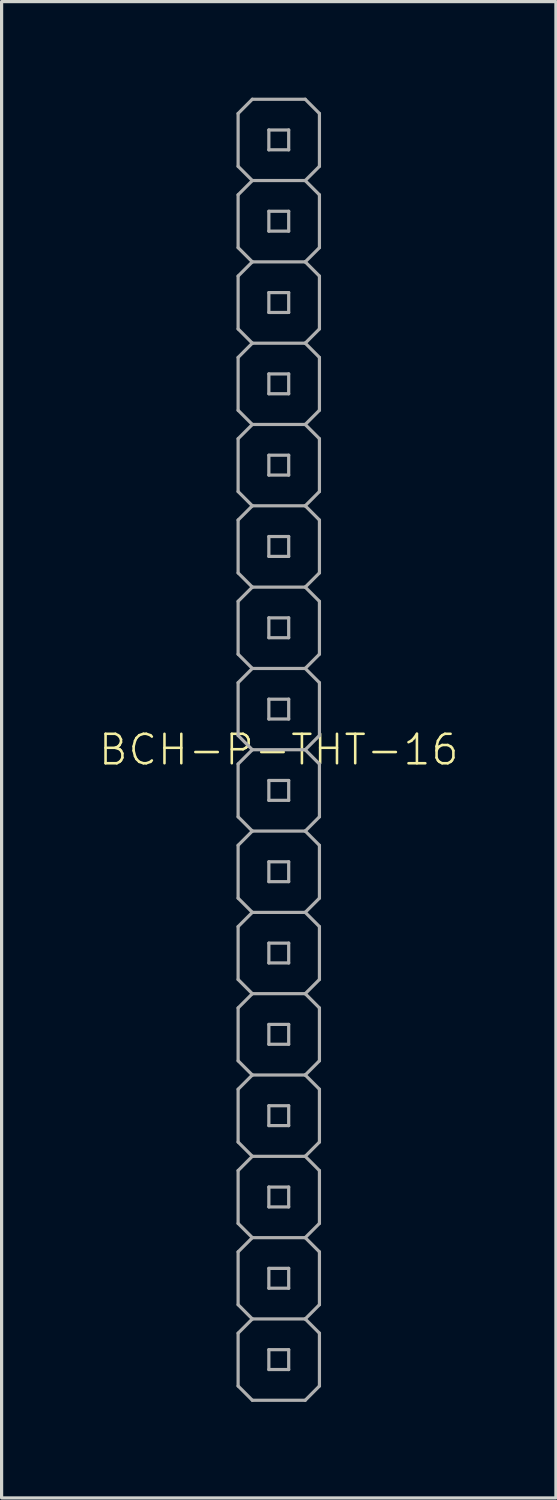
<source format=kicad_pcb>
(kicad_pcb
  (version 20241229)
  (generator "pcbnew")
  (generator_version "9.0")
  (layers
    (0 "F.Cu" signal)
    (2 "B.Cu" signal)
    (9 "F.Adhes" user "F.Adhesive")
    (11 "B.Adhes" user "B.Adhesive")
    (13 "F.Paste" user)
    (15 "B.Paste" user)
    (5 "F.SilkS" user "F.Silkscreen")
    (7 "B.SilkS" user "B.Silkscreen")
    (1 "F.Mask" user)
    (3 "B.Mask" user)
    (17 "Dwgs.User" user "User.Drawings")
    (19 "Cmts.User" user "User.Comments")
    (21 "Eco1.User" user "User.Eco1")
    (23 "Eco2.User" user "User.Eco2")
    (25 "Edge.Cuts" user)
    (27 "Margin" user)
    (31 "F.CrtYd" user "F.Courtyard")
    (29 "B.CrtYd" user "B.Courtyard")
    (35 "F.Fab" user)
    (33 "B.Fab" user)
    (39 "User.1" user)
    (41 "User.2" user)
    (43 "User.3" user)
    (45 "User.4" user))
  (footprint "BCH-P-THT-16"
    (layer "F.Cu")
    (at 5.658 20.37)
    (property "Reference" "BCH-P-THT-16" (at 0 0 0) (unlocked yes) (layer "F.SilkS") (effects (font (size 0.92 0.92) (thickness 0.08))))
    (fp_line (start -1.27 -19.875) (end -1.27 -18.224) (stroke (width 0.1) (type solid)) (layer "F.Fab"))
    (fp_line (start -1.27 -18.224) (end -0.826 -17.78) (stroke (width 0.1) (type solid)) (layer "F.Fab"))
    (fp_line (start -1.27 -17.335) (end -1.27 -15.684) (stroke (width 0.1) (type solid)) (layer "F.Fab"))
    (fp_line (start -1.27 -15.684) (end -0.826 -15.24) (stroke (width 0.1) (type solid)) (layer "F.Fab"))
    (fp_line (start -1.27 -14.796) (end -1.27 -13.145) (stroke (width 0.1) (type solid)) (layer "F.Fab"))
    (fp_line (start -1.27 -13.145) (end -0.826 -12.7) (stroke (width 0.1) (type solid)) (layer "F.Fab"))
    (fp_line (start -1.27 -12.255) (end -1.27 -10.604) (stroke (width 0.1) (type solid)) (layer "F.Fab"))
    (fp_line (start -1.27 -10.604) (end -0.826 -10.16) (stroke (width 0.1) (type solid)) (layer "F.Fab"))
    (fp_line (start -1.27 -9.716) (end -1.27 -8.065) (stroke (width 0.1) (type solid)) (layer "F.Fab"))
    (fp_line (start -1.27 -8.065) (end -0.826 -7.62) (stroke (width 0.1) (type solid)) (layer "F.Fab"))
    (fp_line (start -1.27 -7.176) (end -1.27 -5.524) (stroke (width 0.1) (type solid)) (layer "F.Fab"))
    (fp_line (start -1.27 -5.524) (end -0.826 -5.08) (stroke (width 0.1) (type solid)) (layer "F.Fab"))
    (fp_line (start -1.27 -4.636) (end -1.27 -2.985) (stroke (width 0.1) (type solid)) (layer "F.Fab"))
    (fp_line (start -1.27 -2.985) (end -0.826 -2.54) (stroke (width 0.1) (type solid)) (layer "F.Fab"))
    (fp_line (start -1.27 -2.095) (end -1.27 -0.445) (stroke (width 0.1) (type solid)) (layer "F.Fab"))
    (fp_line (start -1.27 -0.445) (end -0.826 0) (stroke (width 0.1) (type solid)) (layer "F.Fab"))
    (fp_line (start -1.27 0.445) (end -1.27 2.095) (stroke (width 0.1) (type solid)) (layer "F.Fab"))
    (fp_line (start -1.27 2.095) (end -0.826 2.54) (stroke (width 0.1) (type solid)) (layer "F.Fab"))
    (fp_line (start -1.27 2.985) (end -1.27 4.636) (stroke (width 0.1) (type solid)) (layer "F.Fab"))
    (fp_line (start -1.27 4.636) (end -0.826 5.08) (stroke (width 0.1) (type solid)) (layer "F.Fab"))
    (fp_line (start -1.27 5.524) (end -1.27 7.176) (stroke (width 0.1) (type solid)) (layer "F.Fab"))
    (fp_line (start -1.27 7.176) (end -0.826 7.62) (stroke (width 0.1) (type solid)) (layer "F.Fab"))
    (fp_line (start -1.27 8.065) (end -1.27 9.716) (stroke (width 0.1) (type solid)) (layer "F.Fab"))
    (fp_line (start -1.27 9.716) (end -0.826 10.16) (stroke (width 0.1) (type solid)) (layer "F.Fab"))
    (fp_line (start -1.27 10.604) (end -1.27 12.255) (stroke (width 0.1) (type solid)) (layer "F.Fab"))
    (fp_line (start -1.27 12.255) (end -0.826 12.7) (stroke (width 0.1) (type solid)) (layer "F.Fab"))
    (fp_line (start -1.27 13.145) (end -1.27 14.796) (stroke (width 0.1) (type solid)) (layer "F.Fab"))
    (fp_line (start -1.27 14.796) (end -0.826 15.24) (stroke (width 0.1) (type solid)) (layer "F.Fab"))
    (fp_line (start -1.27 15.684) (end -1.27 17.335) (stroke (width 0.1) (type solid)) (layer "F.Fab"))
    (fp_line (start -1.27 17.335) (end -0.826 17.78) (stroke (width 0.1) (type solid)) (layer "F.Fab"))
    (fp_line (start -1.27 18.224) (end -1.27 19.875) (stroke (width 0.1) (type solid)) (layer "F.Fab"))
    (fp_line (start -1.27 19.875) (end -0.826 20.32) (stroke (width 0.1) (type solid)) (layer "F.Fab"))
    (fp_line (start -0.826 -20.32) (end -1.27 -19.875) (stroke (width 0.1) (type solid)) (layer "F.Fab"))
    (fp_line (start -0.826 -20.32) (end 0.826 -20.32) (stroke (width 0.1) (type solid)) (layer "F.Fab"))
    (fp_line (start -0.826 -17.78) (end -1.27 -17.335) (stroke (width 0.1) (type solid)) (layer "F.Fab"))
    (fp_line (start -0.826 -15.24) (end -1.27 -14.796) (stroke (width 0.1) (type solid)) (layer "F.Fab"))
    (fp_line (start -0.826 -12.7) (end -1.27 -12.255) (stroke (width 0.1) (type solid)) (layer "F.Fab"))
    (fp_line (start -0.826 -10.16) (end -1.27 -9.716) (stroke (width 0.1) (type solid)) (layer "F.Fab"))
    (fp_line (start -0.826 -7.62) (end -1.27 -7.176) (stroke (width 0.1) (type solid)) (layer "F.Fab"))
    (fp_line (start -0.826 -5.08) (end -1.27 -4.636) (stroke (width 0.1) (type solid)) (layer "F.Fab"))
    (fp_line (start -0.826 -2.54) (end -1.27 -2.095) (stroke (width 0.1) (type solid)) (layer "F.Fab"))
    (fp_line (start -0.826 0) (end -1.27 0.445) (stroke (width 0.1) (type solid)) (layer "F.Fab"))
    (fp_line (start -0.826 2.54) (end -1.27 2.985) (stroke (width 0.1) (type solid)) (layer "F.Fab"))
    (fp_line (start -0.826 5.08) (end -1.27 5.524) (stroke (width 0.1) (type solid)) (layer "F.Fab"))
    (fp_line (start -0.826 7.62) (end -1.27 8.065) (stroke (width 0.1) (type solid)) (layer "F.Fab"))
    (fp_line (start -0.826 10.16) (end -1.27 10.604) (stroke (width 0.1) (type solid)) (layer "F.Fab"))
    (fp_line (start -0.826 12.7) (end -1.27 13.145) (stroke (width 0.1) (type solid)) (layer "F.Fab"))
    (fp_line (start -0.826 15.24) (end -1.27 15.684) (stroke (width 0.1) (type solid)) (layer "F.Fab"))
    (fp_line (start -0.826 17.78) (end -1.27 18.224) (stroke (width 0.1) (type solid)) (layer "F.Fab"))
    (fp_line (start -0.31 -19.36) (end -0.31 -18.74) (stroke (width 0.1) (type solid)) (layer "F.Fab"))
    (fp_line (start -0.31 -18.74) (end 0.31 -18.74) (stroke (width 0.1) (type solid)) (layer "F.Fab"))
    (fp_line (start -0.31 -16.82) (end -0.31 -16.2) (stroke (width 0.1) (type solid)) (layer "F.Fab"))
    (fp_line (start -0.31 -16.2) (end 0.31 -16.2) (stroke (width 0.1) (type solid)) (layer "F.Fab"))
    (fp_line (start -0.31 -14.28) (end -0.31 -13.66) (stroke (width 0.1) (type solid)) (layer "F.Fab"))
    (fp_line (start -0.31 -13.66) (end 0.31 -13.66) (stroke (width 0.1) (type solid)) (layer "F.Fab"))
    (fp_line (start -0.31 -11.74) (end -0.31 -11.12) (stroke (width 0.1) (type solid)) (layer "F.Fab"))
    (fp_line (start -0.31 -11.12) (end 0.31 -11.12) (stroke (width 0.1) (type solid)) (layer "F.Fab"))
    (fp_line (start -0.31 -9.2) (end -0.31 -8.58) (stroke (width 0.1) (type solid)) (layer "F.Fab"))
    (fp_line (start -0.31 -8.58) (end 0.31 -8.58) (stroke (width 0.1) (type solid)) (layer "F.Fab"))
    (fp_line (start -0.31 -6.66) (end -0.31 -6.04) (stroke (width 0.1) (type solid)) (layer "F.Fab"))
    (fp_line (start -0.31 -6.04) (end 0.31 -6.04) (stroke (width 0.1) (type solid)) (layer "F.Fab"))
    (fp_line (start -0.31 -4.12) (end -0.31 -3.5) (stroke (width 0.1) (type solid)) (layer "F.Fab"))
    (fp_line (start -0.31 -3.5) (end 0.31 -3.5) (stroke (width 0.1) (type solid)) (layer "F.Fab"))
    (fp_line (start -0.31 -1.58) (end -0.31 -0.96) (stroke (width 0.1) (type solid)) (layer "F.Fab"))
    (fp_line (start -0.31 -0.96) (end 0.31 -0.96) (stroke (width 0.1) (type solid)) (layer "F.Fab"))
    (fp_line (start -0.31 0.96) (end -0.31 1.58) (stroke (width 0.1) (type solid)) (layer "F.Fab"))
    (fp_line (start -0.31 1.58) (end 0.31 1.58) (stroke (width 0.1) (type solid)) (layer "F.Fab"))
    (fp_line (start -0.31 3.5) (end -0.31 4.12) (stroke (width 0.1) (type solid)) (layer "F.Fab"))
    (fp_line (start -0.31 4.12) (end 0.31 4.12) (stroke (width 0.1) (type solid)) (layer "F.Fab"))
    (fp_line (start -0.31 6.04) (end -0.31 6.66) (stroke (width 0.1) (type solid)) (layer "F.Fab"))
    (fp_line (start -0.31 6.66) (end 0.31 6.66) (stroke (width 0.1) (type solid)) (layer "F.Fab"))
    (fp_line (start -0.31 8.58) (end -0.31 9.2) (stroke (width 0.1) (type solid)) (layer "F.Fab"))
    (fp_line (start -0.31 9.2) (end 0.31 9.2) (stroke (width 0.1) (type solid)) (layer "F.Fab"))
    (fp_line (start -0.31 11.12) (end -0.31 11.74) (stroke (width 0.1) (type solid)) (layer "F.Fab"))
    (fp_line (start -0.31 11.74) (end 0.31 11.74) (stroke (width 0.1) (type solid)) (layer "F.Fab"))
    (fp_line (start -0.31 13.66) (end -0.31 14.28) (stroke (width 0.1) (type solid)) (layer "F.Fab"))
    (fp_line (start -0.31 14.28) (end 0.31 14.28) (stroke (width 0.1) (type solid)) (layer "F.Fab"))
    (fp_line (start -0.31 16.2) (end -0.31 16.82) (stroke (width 0.1) (type solid)) (layer "F.Fab"))
    (fp_line (start -0.31 16.82) (end 0.31 16.82) (stroke (width 0.1) (type solid)) (layer "F.Fab"))
    (fp_line (start -0.31 18.74) (end -0.31 19.36) (stroke (width 0.1) (type solid)) (layer "F.Fab"))
    (fp_line (start -0.31 19.36) (end 0.31 19.36) (stroke (width 0.1) (type solid)) (layer "F.Fab"))
    (fp_line (start 0.31 -19.36) (end -0.31 -19.36) (stroke (width 0.1) (type solid)) (layer "F.Fab"))
    (fp_line (start 0.31 -18.74) (end 0.31 -19.36) (stroke (width 0.1) (type solid)) (layer "F.Fab"))
    (fp_line (start 0.31 -16.82) (end -0.31 -16.82) (stroke (width 0.1) (type solid)) (layer "F.Fab"))
    (fp_line (start 0.31 -16.2) (end 0.31 -16.82) (stroke (width 0.1) (type solid)) (layer "F.Fab"))
    (fp_line (start 0.31 -14.28) (end -0.31 -14.28) (stroke (width 0.1) (type solid)) (layer "F.Fab"))
    (fp_line (start 0.31 -13.66) (end 0.31 -14.28) (stroke (width 0.1) (type solid)) (layer "F.Fab"))
    (fp_line (start 0.31 -11.74) (end -0.31 -11.74) (stroke (width 0.1) (type solid)) (layer "F.Fab"))
    (fp_line (start 0.31 -11.12) (end 0.31 -11.74) (stroke (width 0.1) (type solid)) (layer "F.Fab"))
    (fp_line (start 0.31 -9.2) (end -0.31 -9.2) (stroke (width 0.1) (type solid)) (layer "F.Fab"))
    (fp_line (start 0.31 -8.58) (end 0.31 -9.2) (stroke (width 0.1) (type solid)) (layer "F.Fab"))
    (fp_line (start 0.31 -6.66) (end -0.31 -6.66) (stroke (width 0.1) (type solid)) (layer "F.Fab"))
    (fp_line (start 0.31 -6.04) (end 0.31 -6.66) (stroke (width 0.1) (type solid)) (layer "F.Fab"))
    (fp_line (start 0.31 -4.12) (end -0.31 -4.12) (stroke (width 0.1) (type solid)) (layer "F.Fab"))
    (fp_line (start 0.31 -3.5) (end 0.31 -4.12) (stroke (width 0.1) (type solid)) (layer "F.Fab"))
    (fp_line (start 0.31 -1.58) (end -0.31 -1.58) (stroke (width 0.1) (type solid)) (layer "F.Fab"))
    (fp_line (start 0.31 -0.96) (end 0.31 -1.58) (stroke (width 0.1) (type solid)) (layer "F.Fab"))
    (fp_line (start 0.31 0.96) (end -0.31 0.96) (stroke (width 0.1) (type solid)) (layer "F.Fab"))
    (fp_line (start 0.31 1.58) (end 0.31 0.96) (stroke (width 0.1) (type solid)) (layer "F.Fab"))
    (fp_line (start 0.31 3.5) (end -0.31 3.5) (stroke (width 0.1) (type solid)) (layer "F.Fab"))
    (fp_line (start 0.31 4.12) (end 0.31 3.5) (stroke (width 0.1) (type solid)) (layer "F.Fab"))
    (fp_line (start 0.31 6.04) (end -0.31 6.04) (stroke (width 0.1) (type solid)) (layer "F.Fab"))
    (fp_line (start 0.31 6.66) (end 0.31 6.04) (stroke (width 0.1) (type solid)) (layer "F.Fab"))
    (fp_line (start 0.31 8.58) (end -0.31 8.58) (stroke (width 0.1) (type solid)) (layer "F.Fab"))
    (fp_line (start 0.31 9.2) (end 0.31 8.58) (stroke (width 0.1) (type solid)) (layer "F.Fab"))
    (fp_line (start 0.31 11.12) (end -0.31 11.12) (stroke (width 0.1) (type solid)) (layer "F.Fab"))
    (fp_line (start 0.31 11.74) (end 0.31 11.12) (stroke (width 0.1) (type solid)) (layer "F.Fab"))
    (fp_line (start 0.31 13.66) (end -0.31 13.66) (stroke (width 0.1) (type solid)) (layer "F.Fab"))
    (fp_line (start 0.31 14.28) (end 0.31 13.66) (stroke (width 0.1) (type solid)) (layer "F.Fab"))
    (fp_line (start 0.31 16.2) (end -0.31 16.2) (stroke (width 0.1) (type solid)) (layer "F.Fab"))
    (fp_line (start 0.31 16.82) (end 0.31 16.2) (stroke (width 0.1) (type solid)) (layer "F.Fab"))
    (fp_line (start 0.31 18.74) (end -0.31 18.74) (stroke (width 0.1) (type solid)) (layer "F.Fab"))
    (fp_line (start 0.31 19.36) (end 0.31 18.74) (stroke (width 0.1) (type solid)) (layer "F.Fab"))
    (fp_line (start 0.826 -17.78) (end -0.826 -17.78) (stroke (width 0.1) (type solid)) (layer "F.Fab"))
    (fp_line (start 0.826 -17.78) (end 1.27 -18.224) (stroke (width 0.1) (type solid)) (layer "F.Fab"))
    (fp_line (start 0.826 -15.24) (end -0.826 -15.24) (stroke (width 0.1) (type solid)) (layer "F.Fab"))
    (fp_line (start 0.826 -15.24) (end 1.27 -15.684) (stroke (width 0.1) (type solid)) (layer "F.Fab"))
    (fp_line (start 0.826 -12.7) (end -0.826 -12.7) (stroke (width 0.1) (type solid)) (layer "F.Fab"))
    (fp_line (start 0.826 -12.7) (end 1.27 -13.145) (stroke (width 0.1) (type solid)) (layer "F.Fab"))
    (fp_line (start 0.826 -10.16) (end -0.826 -10.16) (stroke (width 0.1) (type solid)) (layer "F.Fab"))
    (fp_line (start 0.826 -10.16) (end 1.27 -10.604) (stroke (width 0.1) (type solid)) (layer "F.Fab"))
    (fp_line (start 0.826 -7.62) (end -0.826 -7.62) (stroke (width 0.1) (type solid)) (layer "F.Fab"))
    (fp_line (start 0.826 -7.62) (end 1.27 -8.065) (stroke (width 0.1) (type solid)) (layer "F.Fab"))
    (fp_line (start 0.826 -5.08) (end -0.826 -5.08) (stroke (width 0.1) (type solid)) (layer "F.Fab"))
    (fp_line (start 0.826 -5.08) (end 1.27 -5.524) (stroke (width 0.1) (type solid)) (layer "F.Fab"))
    (fp_line (start 0.826 -2.54) (end -0.826 -2.54) (stroke (width 0.1) (type solid)) (layer "F.Fab"))
    (fp_line (start 0.826 -2.54) (end 1.27 -2.985) (stroke (width 0.1) (type solid)) (layer "F.Fab"))
    (fp_line (start 0.826 0) (end -0.826 0) (stroke (width 0.1) (type solid)) (layer "F.Fab"))
    (fp_line (start 0.826 0) (end 1.27 -0.445) (stroke (width 0.1) (type solid)) (layer "F.Fab"))
    (fp_line (start 0.826 2.54) (end -0.826 2.54) (stroke (width 0.1) (type solid)) (layer "F.Fab"))
    (fp_line (start 0.826 2.54) (end 1.27 2.095) (stroke (width 0.1) (type solid)) (layer "F.Fab"))
    (fp_line (start 0.826 5.08) (end -0.826 5.08) (stroke (width 0.1) (type solid)) (layer "F.Fab"))
    (fp_line (start 0.826 5.08) (end 1.27 4.636) (stroke (width 0.1) (type solid)) (layer "F.Fab"))
    (fp_line (start 0.826 7.62) (end -0.826 7.62) (stroke (width 0.1) (type solid)) (layer "F.Fab"))
    (fp_line (start 0.826 7.62) (end 1.27 7.176) (stroke (width 0.1) (type solid)) (layer "F.Fab"))
    (fp_line (start 0.826 10.16) (end -0.826 10.16) (stroke (width 0.1) (type solid)) (layer "F.Fab"))
    (fp_line (start 0.826 10.16) (end 1.27 9.716) (stroke (width 0.1) (type solid)) (layer "F.Fab"))
    (fp_line (start 0.826 12.7) (end -0.826 12.7) (stroke (width 0.1) (type solid)) (layer "F.Fab"))
    (fp_line (start 0.826 12.7) (end 1.27 12.255) (stroke (width 0.1) (type solid)) (layer "F.Fab"))
    (fp_line (start 0.826 15.24) (end -0.826 15.24) (stroke (width 0.1) (type solid)) (layer "F.Fab"))
    (fp_line (start 0.826 15.24) (end 1.27 14.796) (stroke (width 0.1) (type solid)) (layer "F.Fab"))
    (fp_line (start 0.826 17.78) (end -0.826 17.78) (stroke (width 0.1) (type solid)) (layer "F.Fab"))
    (fp_line (start 0.826 17.78) (end 1.27 17.335) (stroke (width 0.1) (type solid)) (layer "F.Fab"))
    (fp_line (start 0.826 20.32) (end -0.826 20.32) (stroke (width 0.1) (type solid)) (layer "F.Fab"))
    (fp_line (start 0.826 20.32) (end 1.27 19.875) (stroke (width 0.1) (type solid)) (layer "F.Fab"))
    (fp_line (start 1.27 -19.875) (end 0.826 -20.32) (stroke (width 0.1) (type solid)) (layer "F.Fab"))
    (fp_line (start 1.27 -18.224) (end 1.27 -19.875) (stroke (width 0.1) (type solid)) (layer "F.Fab"))
    (fp_line (start 1.27 -17.335) (end 0.826 -17.78) (stroke (width 0.1) (type solid)) (layer "F.Fab"))
    (fp_line (start 1.27 -15.684) (end 1.27 -17.335) (stroke (width 0.1) (type solid)) (layer "F.Fab"))
    (fp_line (start 1.27 -14.796) (end 0.826 -15.24) (stroke (width 0.1) (type solid)) (layer "F.Fab"))
    (fp_line (start 1.27 -13.145) (end 1.27 -14.796) (stroke (width 0.1) (type solid)) (layer "F.Fab"))
    (fp_line (start 1.27 -12.255) (end 0.826 -12.7) (stroke (width 0.1) (type solid)) (layer "F.Fab"))
    (fp_line (start 1.27 -10.604) (end 1.27 -12.255) (stroke (width 0.1) (type solid)) (layer "F.Fab"))
    (fp_line (start 1.27 -9.716) (end 0.826 -10.16) (stroke (width 0.1) (type solid)) (layer "F.Fab"))
    (fp_line (start 1.27 -8.065) (end 1.27 -9.716) (stroke (width 0.1) (type solid)) (layer "F.Fab"))
    (fp_line (start 1.27 -7.176) (end 0.826 -7.62) (stroke (width 0.1) (type solid)) (layer "F.Fab"))
    (fp_line (start 1.27 -5.524) (end 1.27 -7.176) (stroke (width 0.1) (type solid)) (layer "F.Fab"))
    (fp_line (start 1.27 -4.636) (end 0.826 -5.08) (stroke (width 0.1) (type solid)) (layer "F.Fab"))
    (fp_line (start 1.27 -2.985) (end 1.27 -4.636) (stroke (width 0.1) (type solid)) (layer "F.Fab"))
    (fp_line (start 1.27 -2.095) (end 0.826 -2.54) (stroke (width 0.1) (type solid)) (layer "F.Fab"))
    (fp_line (start 1.27 -0.445) (end 1.27 -2.095) (stroke (width 0.1) (type solid)) (layer "F.Fab"))
    (fp_line (start 1.27 0.445) (end 0.826 0) (stroke (width 0.1) (type solid)) (layer "F.Fab"))
    (fp_line (start 1.27 2.095) (end 1.27 0.445) (stroke (width 0.1) (type solid)) (layer "F.Fab"))
    (fp_line (start 1.27 2.985) (end 0.826 2.54) (stroke (width 0.1) (type solid)) (layer "F.Fab"))
    (fp_line (start 1.27 4.636) (end 1.27 2.985) (stroke (width 0.1) (type solid)) (layer "F.Fab"))
    (fp_line (start 1.27 5.524) (end 0.826 5.08) (stroke (width 0.1) (type solid)) (layer "F.Fab"))
    (fp_line (start 1.27 7.176) (end 1.27 5.524) (stroke (width 0.1) (type solid)) (layer "F.Fab"))
    (fp_line (start 1.27 8.065) (end 0.826 7.62) (stroke (width 0.1) (type solid)) (layer "F.Fab"))
    (fp_line (start 1.27 9.716) (end 1.27 8.065) (stroke (width 0.1) (type solid)) (layer "F.Fab"))
    (fp_line (start 1.27 10.604) (end 0.826 10.16) (stroke (width 0.1) (type solid)) (layer "F.Fab"))
    (fp_line (start 1.27 12.255) (end 1.27 10.604) (stroke (width 0.1) (type solid)) (layer "F.Fab"))
    (fp_line (start 1.27 13.145) (end 0.826 12.7) (stroke (width 0.1) (type solid)) (layer "F.Fab"))
    (fp_line (start 1.27 14.796) (end 1.27 13.145) (stroke (width 0.1) (type solid)) (layer "F.Fab"))
    (fp_line (start 1.27 15.684) (end 0.826 15.24) (stroke (width 0.1) (type solid)) (layer "F.Fab"))
    (fp_line (start 1.27 17.335) (end 1.27 15.684) (stroke (width 0.1) (type solid)) (layer "F.Fab"))
    (fp_line (start 1.27 18.224) (end 0.826 17.78) (stroke (width 0.1) (type solid)) (layer "F.Fab"))
    (fp_line (start 1.27 19.875) (end 1.27 18.224) (stroke (width 0.1) (type solid)) (layer "F.Fab")))
  (gr_rect
    (start -3 -3)
    (end 14.315 43.74)
    (stroke (width 0.1) (type default))
    (fill no)
    (layer "Edge.Cuts")))
</source>
